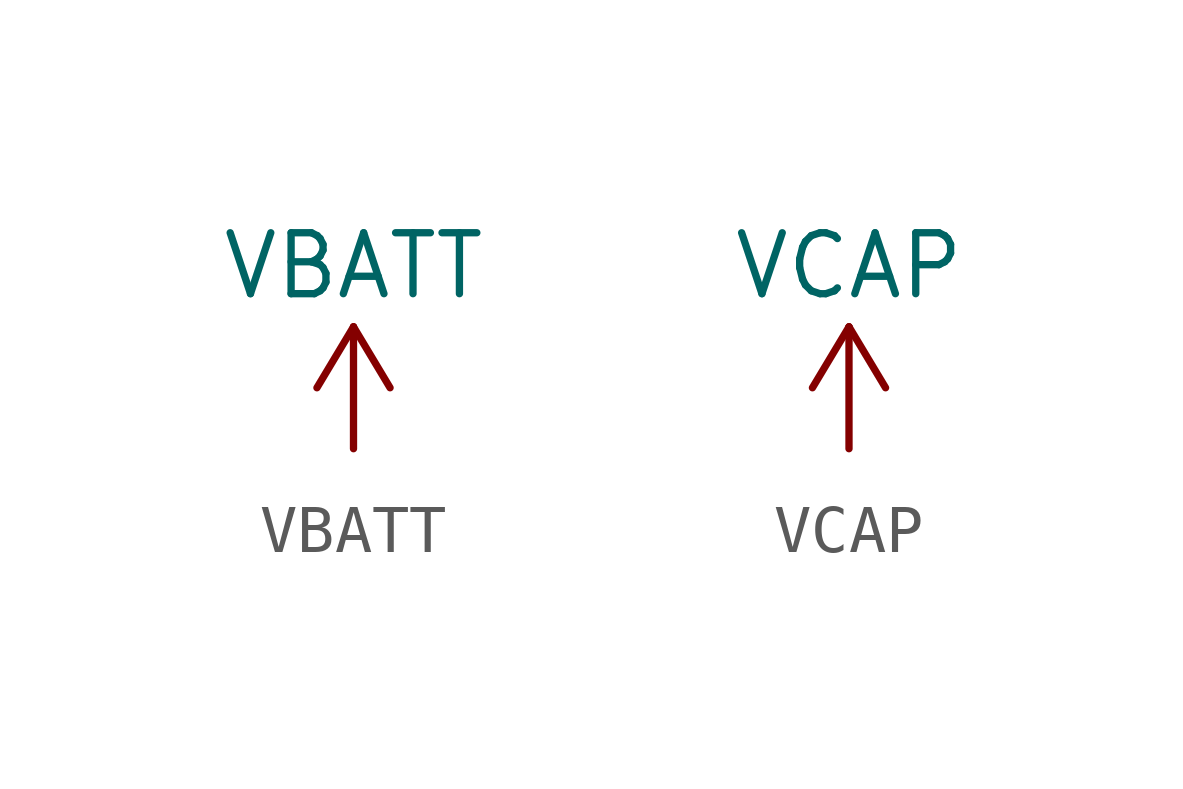
<source format=kicad_sym>
(kicad_symbol_lib
  (version 20211014)
  (generator kicad_symbol_editor)
  (symbol "VBATT"
    (power)
    (pin_names
      (offset 0))
    (property "Reference" "#PWR"
      (at 0 -3.81 0)
      (effects (font (size 1.27 1.27)) hide))
    (property "Value" "VBATT"
      (at 0 3.81 0)
      (effects (font (size 1.27 1.27))))
    (symbol "VBATT_0_1"
      (polyline (pts (xy -0.762 1.27) (xy 0 2.54)) (stroke (width 0) (type default) (color 0 0 0 0)) (fill (type none)))
      (polyline (pts (xy 0 0) (xy 0 2.54)) (stroke (width 0) (type default) (color 0 0 0 0)) (fill (type none)))
      (polyline (pts (xy 0 2.54) (xy 0.762 1.27)) (stroke (width 0) (type default) (color 0 0 0 0)) (fill (type none))))
    (symbol "VBATT_1_1"
      (pin power_in line (at 0 0 90) (length 0) hide (name "VBATT" (effects (font (size 1.27 1.27)))) (number "1" (effects (font (size 1.27 1.27)))))))
  (symbol "VCAP"
    (power)
    (pin_names
      (offset 0))
    (property "Reference" "#PWR"
      (at 0 -3.81 0)
      (effects (font (size 1.27 1.27)) hide))
    (property "Value" "VCAP"
      (at 0 3.81 0)
      (effects (font (size 1.27 1.27))))
    (symbol "VCAP_0_1"
      (polyline (pts (xy -0.762 1.27) (xy 0 2.54)) (stroke (width 0) (type default) (color 0 0 0 0)) (fill (type none)))
      (polyline (pts (xy 0 0) (xy 0 2.54)) (stroke (width 0) (type default) (color 0 0 0 0)) (fill (type none)))
      (polyline (pts (xy 0 2.54) (xy 0.762 1.27)) (stroke (width 0) (type default) (color 0 0 0 0)) (fill (type none))))
    (symbol "VCAP_1_1"
      (pin power_in line (at 0 0 90) (length 0) hide (name "VCAP" (effects (font (size 1.27 1.27)))) (number "1" (effects (font (size 1.27 1.27))))))))
</source>
